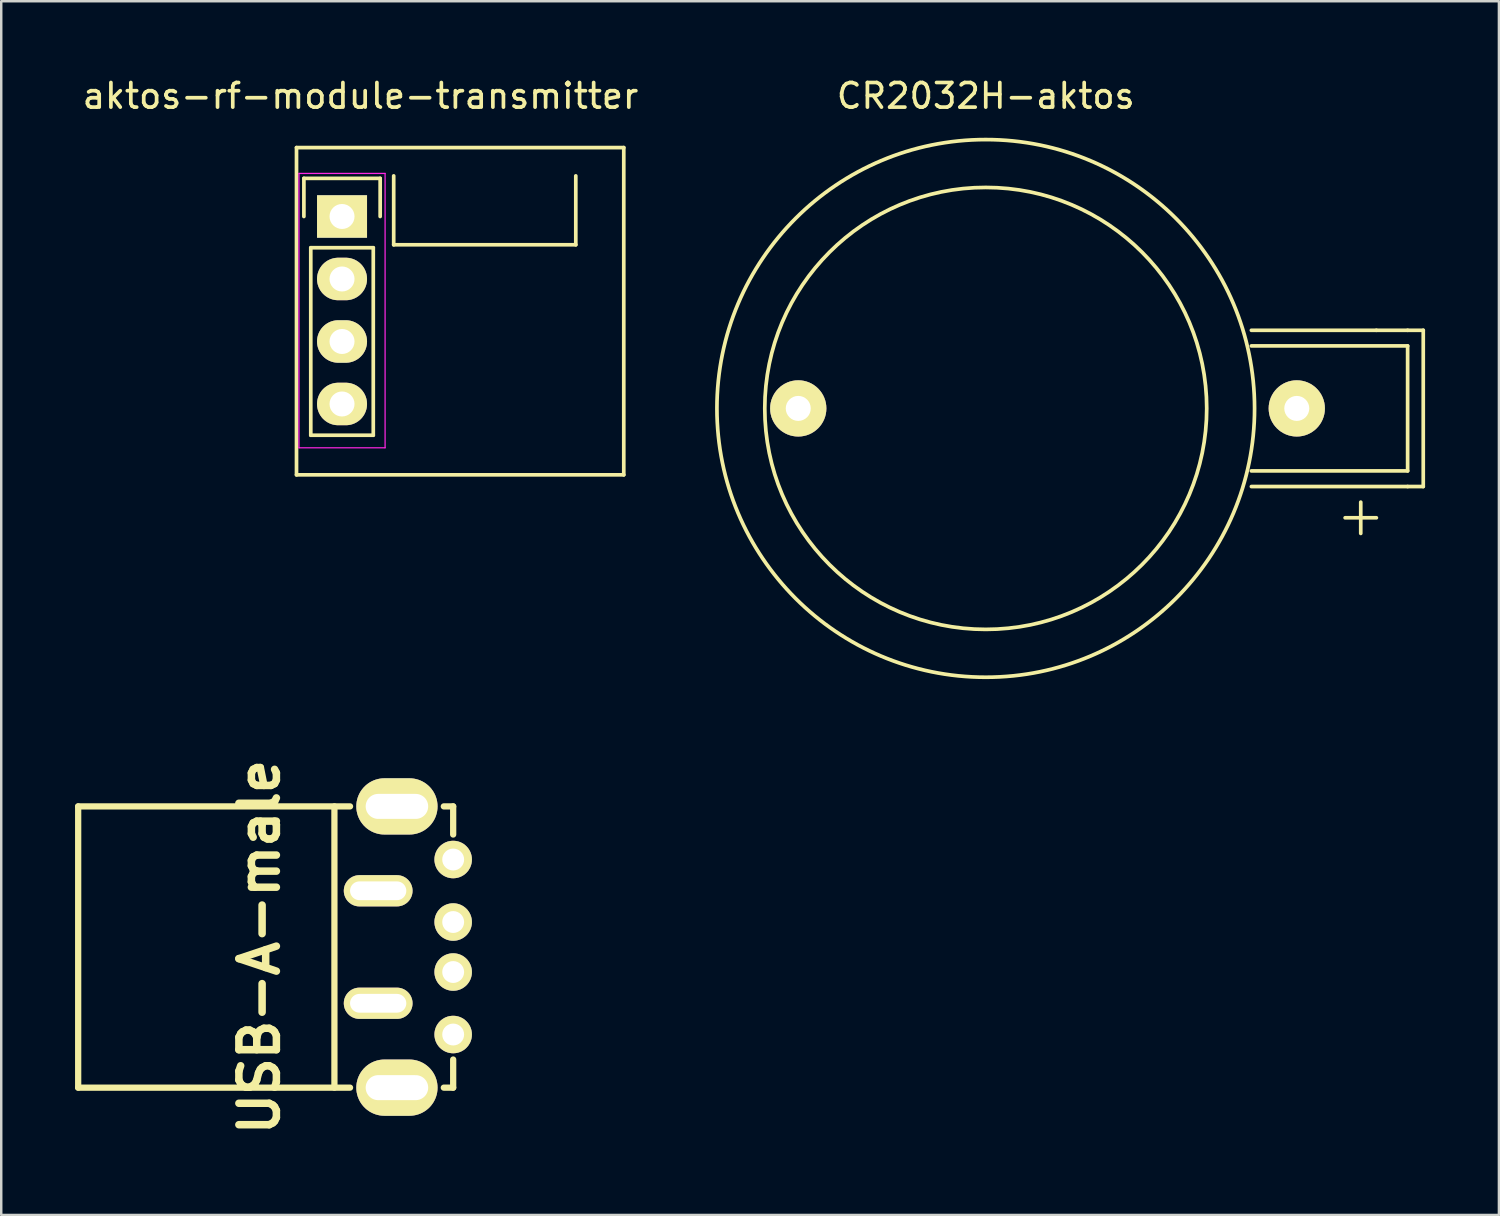
<source format=kicad_pcb>
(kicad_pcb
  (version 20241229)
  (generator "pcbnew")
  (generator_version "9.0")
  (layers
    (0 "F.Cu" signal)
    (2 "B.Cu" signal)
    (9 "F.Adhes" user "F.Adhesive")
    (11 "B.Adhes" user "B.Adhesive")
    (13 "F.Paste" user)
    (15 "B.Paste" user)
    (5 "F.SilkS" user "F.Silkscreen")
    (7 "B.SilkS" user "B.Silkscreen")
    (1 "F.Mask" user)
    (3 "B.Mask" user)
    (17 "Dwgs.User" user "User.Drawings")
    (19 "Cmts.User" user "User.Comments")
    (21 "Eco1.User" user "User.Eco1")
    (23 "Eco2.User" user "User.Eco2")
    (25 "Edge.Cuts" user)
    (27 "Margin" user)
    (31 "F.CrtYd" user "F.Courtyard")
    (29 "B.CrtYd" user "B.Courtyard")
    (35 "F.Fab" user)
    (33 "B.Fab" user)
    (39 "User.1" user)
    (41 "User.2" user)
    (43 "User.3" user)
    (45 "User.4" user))
  (footprint "aktos-rf-module-transmitter"
    (layer "F.Cu")
    (at 0.25 2.948)
    (property "Reference" "aktos-rf-module-transmitter" (at 11.35 -2.1 0) (layer "F.SilkS") (effects (font (size 1 1) (thickness 0.15))))
    (attr through_hole)
    (fp_line (start 8.75 0) (end 8.75 13.3) (stroke (width 0.15) (type solid)) (layer "F.SilkS"))
    (fp_line (start 8.75 0) (end 22.05 0) (stroke (width 0.15) (type solid)) (layer "F.SilkS"))
    (fp_line (start 8.75 13.3) (end 22.05 13.3) (stroke (width 0.15) (type solid)) (layer "F.SilkS"))
    (fp_line (start 9.05 1.25) (end 12.15 1.25) (stroke (width 0.15) (type solid)) (layer "F.SilkS"))
    (fp_line (start 9.05 2.8) (end 9.05 1.25) (stroke (width 0.15) (type solid)) (layer "F.SilkS"))
    (fp_line (start 9.33 4.07) (end 9.33 11.69) (stroke (width 0.15) (type solid)) (layer "F.SilkS"))
    (fp_line (start 9.33 11.69) (end 11.87 11.69) (stroke (width 0.15) (type solid)) (layer "F.SilkS"))
    (fp_line (start 11.87 4.07) (end 9.33 4.07) (stroke (width 0.15) (type solid)) (layer "F.SilkS"))
    (fp_line (start 11.87 4.07) (end 11.87 11.69) (stroke (width 0.15) (type solid)) (layer "F.SilkS"))
    (fp_line (start 12.15 1.25) (end 12.15 2.8) (stroke (width 0.15) (type solid)) (layer "F.SilkS"))
    (fp_line (start 12.7 3.95) (end 12.7 1.15) (stroke (width 0.15) (type solid)) (layer "F.SilkS"))
    (fp_line (start 12.7 3.95) (end 20.1 3.95) (stroke (width 0.15) (type solid)) (layer "F.SilkS"))
    (fp_line (start 20.1 3.95) (end 20.1 1.15) (stroke (width 0.15) (type solid)) (layer "F.SilkS"))
    (fp_line (start 22.05 0) (end 22.05 13.3) (stroke (width 0.15) (type solid)) (layer "F.SilkS"))
    (fp_line (start 8.85 1.05) (end 8.85 12.2) (stroke (width 0.05) (type solid)) (layer "F.CrtYd"))
    (fp_line (start 8.85 1.05) (end 12.35 1.05) (stroke (width 0.05) (type solid)) (layer "F.CrtYd"))
    (fp_line (start 8.85 12.2) (end 12.35 12.2) (stroke (width 0.05) (type solid)) (layer "F.CrtYd"))
    (fp_line (start 12.35 1.05) (end 12.35 12.2) (stroke (width 0.05) (type solid)) (layer "F.CrtYd"))
    (pad "1" thru_hole rect (at 10.6 2.8) (size 2.032 1.727) (drill 1.016) (layers "*.Cu" "*.Mask" "F.SilkS"))
    (pad "2" thru_hole oval (at 10.6 5.34) (size 2.032 1.727) (drill 1.016) (layers "*.Cu" "*.Mask" "F.SilkS"))
    (pad "3" thru_hole oval (at 10.6 7.88) (size 2.032 1.727) (drill 1.016) (layers "*.Cu" "*.Mask" "F.SilkS"))
    (pad "4" thru_hole oval (at 10.6 10.42) (size 2.032 1.727) (drill 1.016) (layers "*.Cu" "*.Mask" "F.SilkS")))
  (footprint "CR2032H-aktos"
    (layer "F.Cu")
    (at 37.011 13.548)
    (property "Reference" "CR2032H-aktos" (at 0 -12.7 0) (layer "F.SilkS") (effects (font (size 1 1) (thickness 0.15))))
    (attr through_hole)
    (fp_line (start 10.795 -3.175) (end 15.875 -3.175) (stroke (width 0.15) (type solid)) (layer "F.SilkS"))
    (fp_line (start 10.795 -2.54) (end 17.145 -2.54) (stroke (width 0.15) (type solid)) (layer "F.SilkS"))
    (fp_line (start 14.605 4.445) (end 15.875 4.445) (stroke (width 0.15) (type solid)) (layer "F.SilkS"))
    (fp_line (start 15.24 3.81) (end 15.24 5.08) (stroke (width 0.15) (type solid)) (layer "F.SilkS"))
    (fp_line (start 15.875 -3.175) (end 17.145 -3.175) (stroke (width 0.15) (type solid)) (layer "F.SilkS"))
    (fp_line (start 17.145 -3.175) (end 17.78 -3.175) (stroke (width 0.15) (type solid)) (layer "F.SilkS"))
    (fp_line (start 17.145 -2.54) (end 17.145 2.54) (stroke (width 0.15) (type solid)) (layer "F.SilkS"))
    (fp_line (start 17.145 2.54) (end 10.795 2.54) (stroke (width 0.15) (type solid)) (layer "F.SilkS"))
    (fp_line (start 17.145 3.175) (end 10.795 3.175) (stroke (width 0.15) (type solid)) (layer "F.SilkS"))
    (fp_line (start 17.78 -3.175) (end 17.78 3.175) (stroke (width 0.15) (type solid)) (layer "F.SilkS"))
    (fp_line (start 17.78 3.175) (end 17.145 3.175) (stroke (width 0.15) (type solid)) (layer "F.SilkS"))
    (fp_circle (center 0 0) (end -1.27 -8.89) (stroke (width 0.15) (type solid)) (fill no) (layer "F.SilkS"))
    (fp_circle (center 0 0) (end 6.35 8.89) (stroke (width 0.15) (type solid)) (fill no) (layer "F.SilkS"))
    (pad "1" thru_hole circle (at 12.64 0) (size 2.286 2.286) (drill 1.016) (layers "*.Cu" "*.Mask" "F.SilkS"))
    (pad "2" thru_hole circle (at -7.62 0) (size 2.286 2.286) (drill 1.016) (layers "*.Cu" "*.Mask" "F.SilkS")))
  (footprint "USB-A-male"
    (layer "F.Cu")
    (at 15.367 35.437)
    (property "Reference" "USB-A-male" (at -7.874 0 90) (layer "F.SilkS") (effects (font (size 1.524 1.524) (thickness 0.305))))
    (attr through_hole)
    (fp_line (start -15.24 -5.715) (end -4.191 -5.715) (stroke (width 0.254) (type solid)) (layer "F.SilkS"))
    (fp_line (start -15.24 5.715) (end -15.24 -5.715) (stroke (width 0.254) (type solid)) (layer "F.SilkS"))
    (fp_line (start -4.826 -5.715) (end -4.826 5.715) (stroke (width 0.254) (type solid)) (layer "F.SilkS"))
    (fp_line (start -4.191 5.715) (end -15.24 5.715) (stroke (width 0.254) (type solid)) (layer "F.SilkS"))
    (fp_line (start -0.381 -5.715) (end 0 -5.715) (stroke (width 0.254) (type solid)) (layer "F.SilkS"))
    (fp_line (start -0.381 5.715) (end 0 5.715) (stroke (width 0.254) (type solid)) (layer "F.SilkS"))
    (fp_line (start 0 -5.715) (end 0 -4.572) (stroke (width 0.254) (type solid)) (layer "F.SilkS"))
    (fp_line (start 0 5.715) (end 0 4.572) (stroke (width 0.254) (type solid)) (layer "F.SilkS"))
    (pad "1" thru_hole circle (at 0 3.556) (size 1.524 1.524) (drill 0.889) (layers "*.Cu" "*.Mask" "F.SilkS"))
    (pad "2" thru_hole circle (at 0 1.016) (size 1.524 1.524) (drill 0.889) (layers "*.Cu" "*.Mask" "F.SilkS"))
    (pad "3" thru_hole circle (at 0 -1.016) (size 1.524 1.524) (drill 0.889) (layers "*.Cu" "*.Mask" "F.SilkS"))
    (pad "4" thru_hole circle (at 0 -3.556) (size 1.524 1.524) (drill 0.889) (layers "*.Cu" "*.Mask" "F.SilkS"))
    (pad "5" thru_hole oval (at -2.286 5.715) (size 3.302 2.286) (drill oval 2.54 1.016) (layers "*.Cu" "*.Mask" "F.SilkS"))
    (pad "6" thru_hole oval (at -2.286 -5.715) (size 3.302 2.286) (drill oval 2.54 1.016) (layers "*.Cu" "*.Mask" "F.SilkS"))
    (pad "7" thru_hole oval (at -3.048 -2.286) (size 2.794 1.27) (drill oval 2.286 0.762) (layers "*.Cu" "*.Mask" "F.SilkS"))
    (pad "8" thru_hole oval (at -3.048 2.286) (size 2.794 1.27) (drill oval 2.286 0.762) (layers "*.Cu" "*.Mask" "F.SilkS")))
  (gr_rect
    (start -3 -3)
    (end 57.866 46.325)
    (stroke (width 0.1) (type default))
    (fill no)
    (layer "Edge.Cuts")))
</source>
